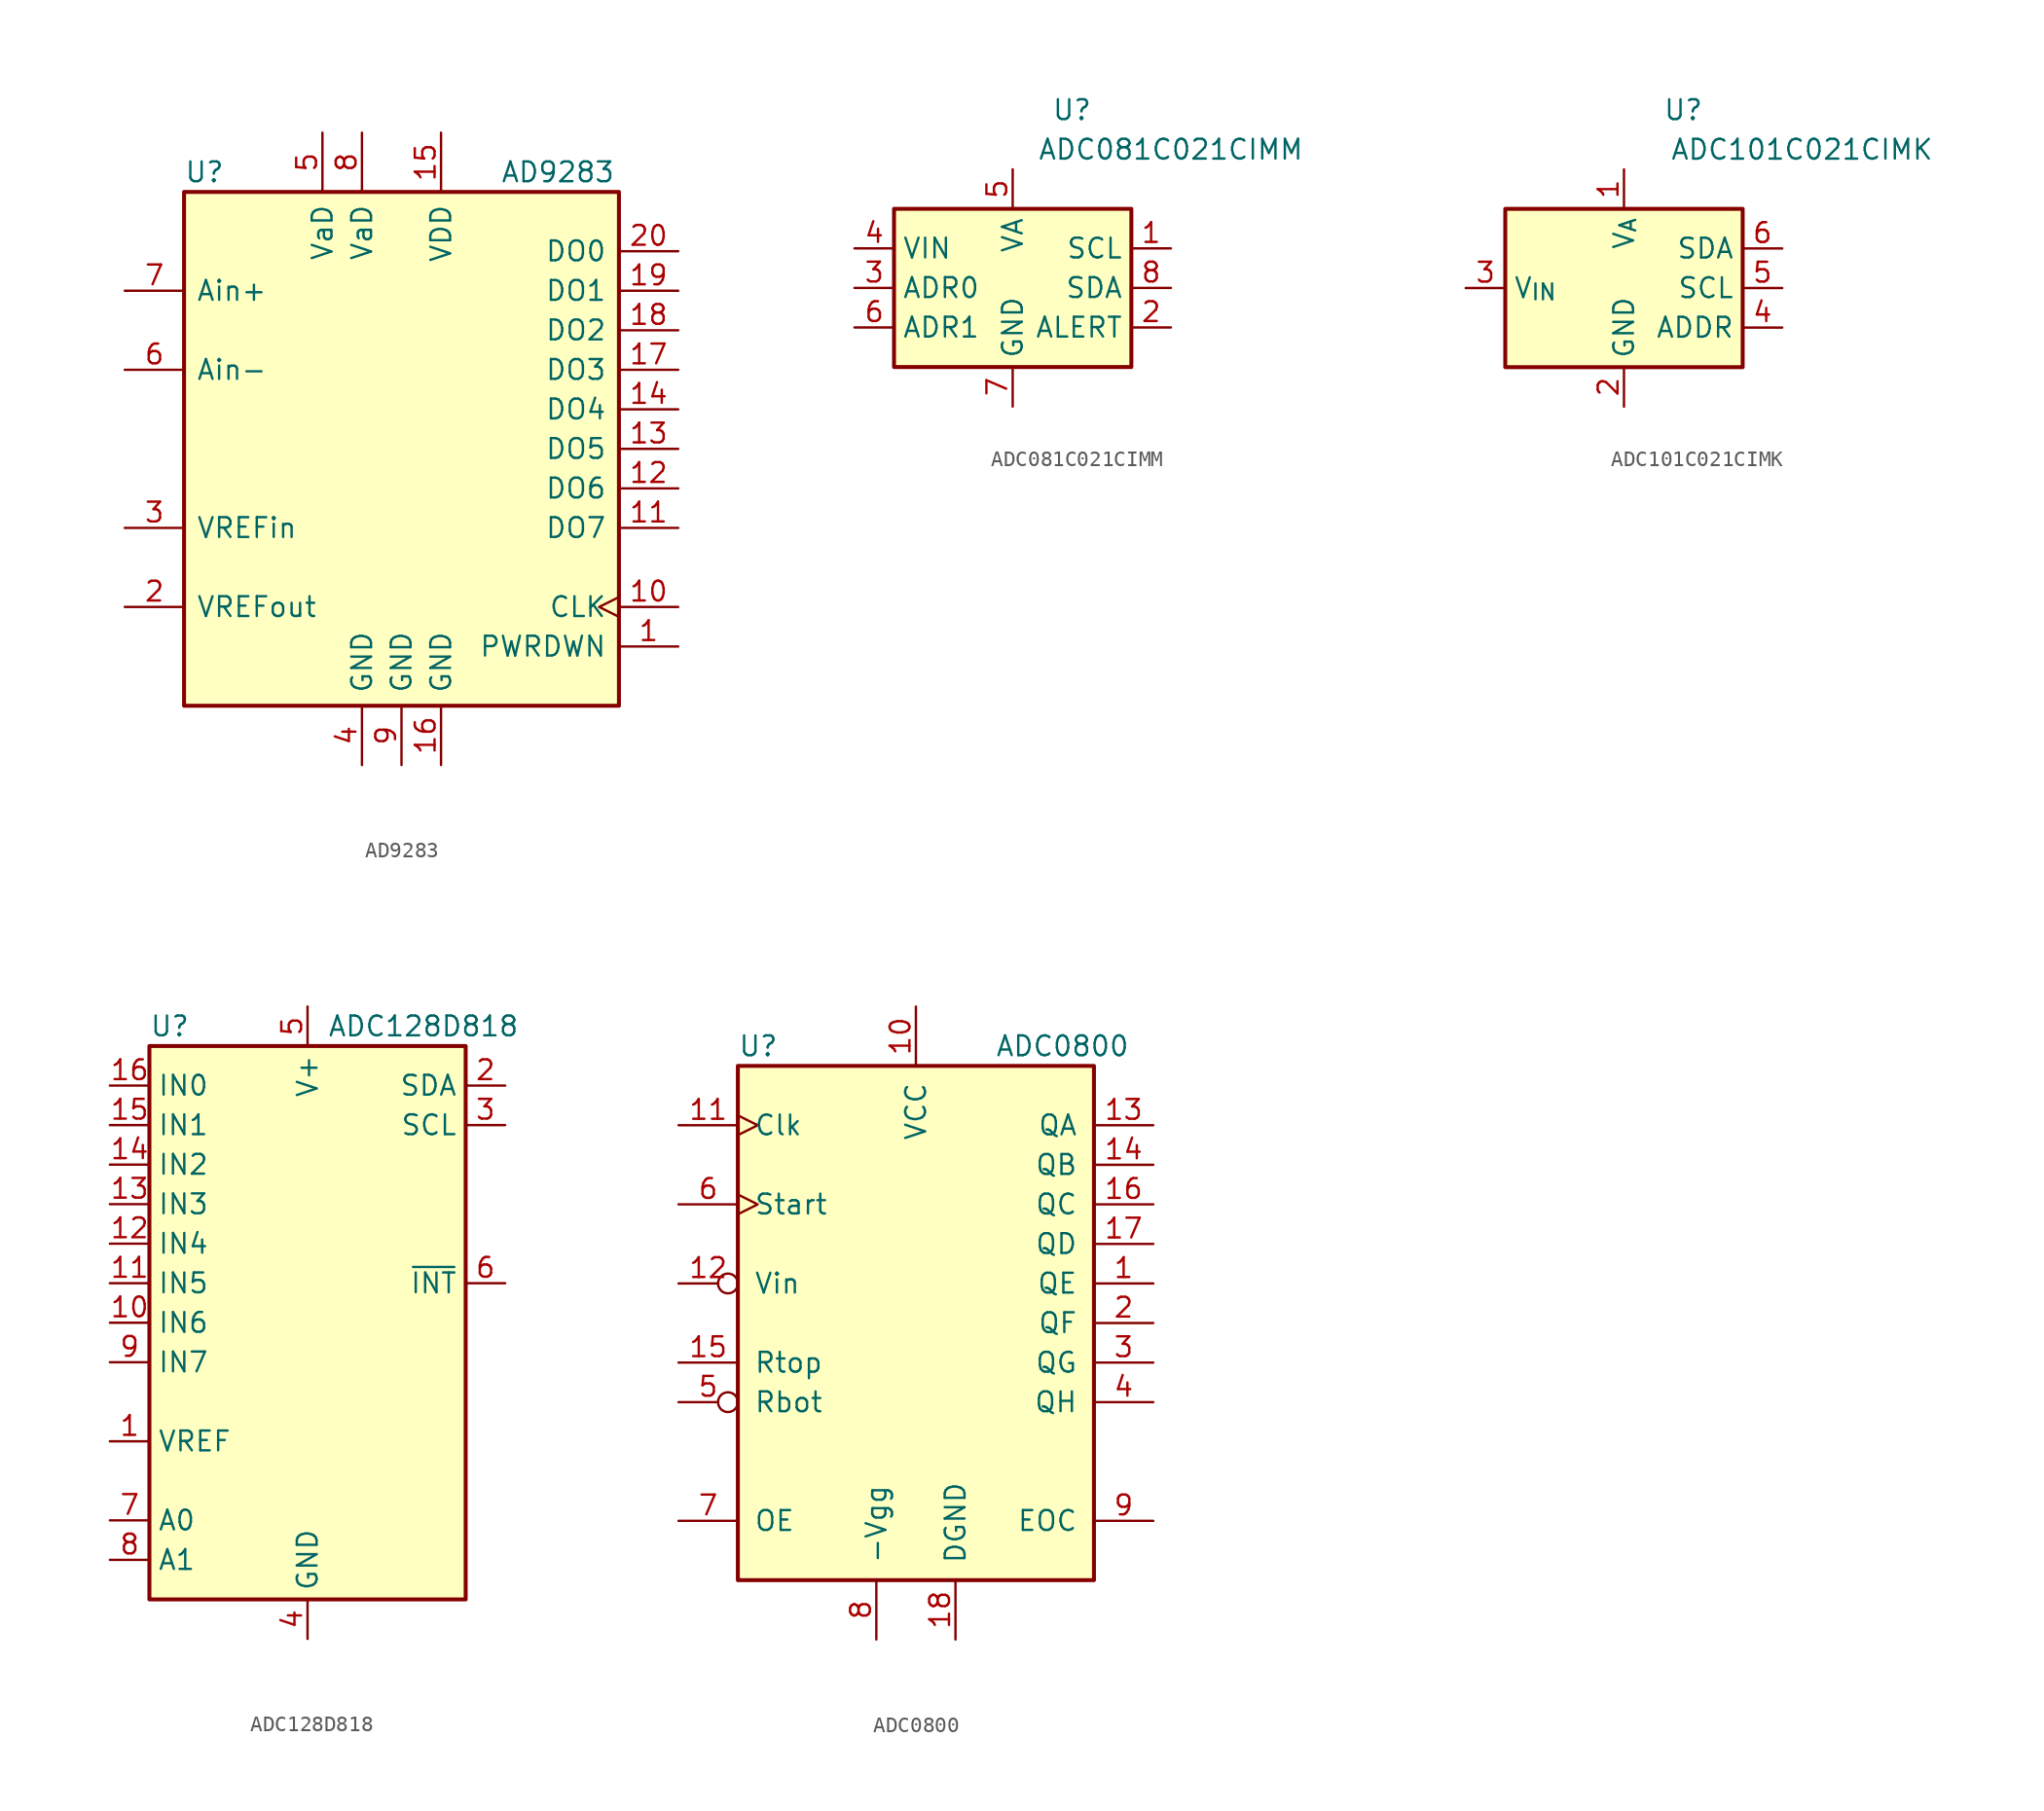
<source format=kicad_sym>
(kicad_symbol_lib
  (version 20201005)
  (generator kicad_symbol_editor)
  (symbol "Analog_ADC:AD9283"
    (pin_names
      (offset 0.762))
    (property "Reference" "U"
      (at -13.97 17.78 0)
      (effects (font (size 1.27 1.27)) (justify left)))
    (property "Value" "AD9283"
      (at 6.35 17.78 0)
      (effects (font (size 1.27 1.27)) (justify left)))
    (symbol "AD9283_0_1"
      (rectangle (start -13.97 16.51) (end 13.97 -16.51) (stroke (width 0.254)) (fill (type background))))
    (symbol "AD9283_1_1"
      (pin input line (at 17.78 -12.7 180) (length 3.81) (name "PWRDWN" (effects (font (size 1.27 1.27)))) (number "1" (effects (font (size 1.27 1.27)))))
      (pin input clock (at 17.78 -10.16 180) (length 3.81) (name "CLK" (effects (font (size 1.27 1.27)))) (number "10" (effects (font (size 1.27 1.27)))))
      (pin output line (at 17.78 -5.08 180) (length 3.81) (name "DO7" (effects (font (size 1.27 1.27)))) (number "11" (effects (font (size 1.27 1.27)))))
      (pin output line (at 17.78 -2.54 180) (length 3.81) (name "DO6" (effects (font (size 1.27 1.27)))) (number "12" (effects (font (size 1.27 1.27)))))
      (pin output line (at 17.78 0 180) (length 3.81) (name "DO5" (effects (font (size 1.27 1.27)))) (number "13" (effects (font (size 1.27 1.27)))))
      (pin output line (at 17.78 2.54 180) (length 3.81) (name "DO4" (effects (font (size 1.27 1.27)))) (number "14" (effects (font (size 1.27 1.27)))))
      (pin power_in line (at 2.54 20.32 270) (length 3.81) (name "VDD" (effects (font (size 1.27 1.27)))) (number "15" (effects (font (size 1.27 1.27)))))
      (pin power_in line (at 2.54 -20.32 90) (length 3.81) (name "GND" (effects (font (size 1.27 1.27)))) (number "16" (effects (font (size 1.27 1.27)))))
      (pin output line (at 17.78 5.08 180) (length 3.81) (name "DO3" (effects (font (size 1.27 1.27)))) (number "17" (effects (font (size 1.27 1.27)))))
      (pin output line (at 17.78 7.62 180) (length 3.81) (name "DO2" (effects (font (size 1.27 1.27)))) (number "18" (effects (font (size 1.27 1.27)))))
      (pin output line (at 17.78 10.16 180) (length 3.81) (name "DO1" (effects (font (size 1.27 1.27)))) (number "19" (effects (font (size 1.27 1.27)))))
      (pin input line (at -17.78 -10.16 0) (length 3.81) (name "VREFout" (effects (font (size 1.27 1.27)))) (number "2" (effects (font (size 1.27 1.27)))))
      (pin output line (at 17.78 12.7 180) (length 3.81) (name "DO0" (effects (font (size 1.27 1.27)))) (number "20" (effects (font (size 1.27 1.27)))))
      (pin input line (at -17.78 -5.08 0) (length 3.81) (name "VREFin" (effects (font (size 1.27 1.27)))) (number "3" (effects (font (size 1.27 1.27)))))
      (pin power_in line (at -2.54 -20.32 90) (length 3.81) (name "GND" (effects (font (size 1.27 1.27)))) (number "4" (effects (font (size 1.27 1.27)))))
      (pin power_in line (at -5.08 20.32 270) (length 3.81) (name "VaD" (effects (font (size 1.27 1.27)))) (number "5" (effects (font (size 1.27 1.27)))))
      (pin input line (at -17.78 5.08 0) (length 3.81) (name "Ain-" (effects (font (size 1.27 1.27)))) (number "6" (effects (font (size 1.27 1.27)))))
      (pin input line (at -17.78 10.16 0) (length 3.81) (name "Ain+" (effects (font (size 1.27 1.27)))) (number "7" (effects (font (size 1.27 1.27)))))
      (pin power_in line (at -2.54 20.32 270) (length 3.81) (name "VaD" (effects (font (size 1.27 1.27)))) (number "8" (effects (font (size 1.27 1.27)))))
      (pin power_in line (at 0 -20.32 90) (length 3.81) (name "GND" (effects (font (size 1.27 1.27)))) (number "9" (effects (font (size 1.27 1.27)))))))
  (symbol "Analog_ADC:ADC081C021CIMM"
    (property "Reference" "U"
      (at 3.81 11.43 0)
      (effects (font (size 1.27 1.27))))
    (property "Value" "ADC081C021CIMM"
      (at 10.16 8.89 0)
      (effects (font (size 1.27 1.27))))
    (symbol "ADC081C021CIMM_0_1"
      (rectangle (start -7.62 5.08) (end 7.62 -5.08) (stroke (width 0.254)) (fill (type background))))
    (symbol "ADC081C021CIMM_1_1"
      (pin input line (at 10.16 2.54 180) (length 2.54) (name "SCL" (effects (font (size 1.27 1.27)))) (number "1" (effects (font (size 1.27 1.27)))))
      (pin open_collector line (at 10.16 -2.54 180) (length 2.54) (name "ALERT" (effects (font (size 1.27 1.27)))) (number "2" (effects (font (size 1.27 1.27)))))
      (pin input line (at -10.16 0 0) (length 2.54) (name "ADR0" (effects (font (size 1.27 1.27)))) (number "3" (effects (font (size 1.27 1.27)))))
      (pin input line (at -10.16 2.54 0) (length 2.54) (name "VIN" (effects (font (size 1.27 1.27)))) (number "4" (effects (font (size 1.27 1.27)))))
      (pin power_in line (at 0 7.62 270) (length 2.54) (name "VA" (effects (font (size 1.27 1.27)))) (number "5" (effects (font (size 1.27 1.27)))))
      (pin input line (at -10.16 -2.54 0) (length 2.54) (name "ADR1" (effects (font (size 1.27 1.27)))) (number "6" (effects (font (size 1.27 1.27)))))
      (pin power_in line (at 0 -7.62 90) (length 2.54) (name "GND" (effects (font (size 1.27 1.27)))) (number "7" (effects (font (size 1.27 1.27)))))
      (pin bidirectional line (at 10.16 0 180) (length 2.54) (name "SDA" (effects (font (size 1.27 1.27)))) (number "8" (effects (font (size 1.27 1.27)))))))
  (symbol "Analog_ADC:ADC101C021CIMK"
    (property "Reference" "U"
      (at 3.81 11.43 0)
      (effects (font (size 1.27 1.27))))
    (property "Value" "ADC101C021CIMK"
      (at 11.43 8.89 0)
      (effects (font (size 1.27 1.27))))
    (symbol "ADC101C021CIMK_0_1"
      (rectangle (start -7.62 5.08) (end 7.62 -5.08) (stroke (width 0.254)) (fill (type background))))
    (symbol "ADC101C021CIMK_1_1"
      (pin power_in line (at 0 7.62 270) (length 2.54) (name "V_{A}" (effects (font (size 1.27 1.27)))) (number "1" (effects (font (size 1.27 1.27)))))
      (pin power_in line (at 0 -7.62 90) (length 2.54) (name "GND" (effects (font (size 1.27 1.27)))) (number "2" (effects (font (size 1.27 1.27)))))
      (pin input line (at -10.16 0 0) (length 2.54) (name "V_{IN}" (effects (font (size 1.27 1.27)))) (number "3" (effects (font (size 1.27 1.27)))))
      (pin input line (at 10.16 -2.54 180) (length 2.54) (name "ADDR" (effects (font (size 1.27 1.27)))) (number "4" (effects (font (size 1.27 1.27)))))
      (pin input line (at 10.16 0 180) (length 2.54) (name "SCL" (effects (font (size 1.27 1.27)))) (number "5" (effects (font (size 1.27 1.27)))))
      (pin bidirectional line (at 10.16 2.54 180) (length 2.54) (name "SDA" (effects (font (size 1.27 1.27)))) (number "6" (effects (font (size 1.27 1.27)))))))
  (symbol "Analog_ADC:ADC128D818"
    (property "Reference" "U"
      (at -10.16 19.05 0)
      (effects (font (size 1.27 1.27)) (justify left)))
    (property "Value" "ADC128D818"
      (at 1.27 19.05 0)
      (effects (font (size 1.27 1.27)) (justify left)))
    (symbol "ADC128D818_0_1"
      (rectangle (start -10.16 17.78) (end 10.16 -17.78) (stroke (width 0.254)) (fill (type background))))
    (symbol "ADC128D818_1_1"
      (pin input line (at -12.7 -7.62 0) (length 2.54) (name "VREF" (effects (font (size 1.27 1.27)))) (number "1" (effects (font (size 1.27 1.27)))))
      (pin input line (at -12.7 0 0) (length 2.54) (name "IN6" (effects (font (size 1.27 1.27)))) (number "10" (effects (font (size 1.27 1.27)))))
      (pin input line (at -12.7 2.54 0) (length 2.54) (name "IN5" (effects (font (size 1.27 1.27)))) (number "11" (effects (font (size 1.27 1.27)))))
      (pin input line (at -12.7 5.08 0) (length 2.54) (name "IN4" (effects (font (size 1.27 1.27)))) (number "12" (effects (font (size 1.27 1.27)))))
      (pin input line (at -12.7 7.62 0) (length 2.54) (name "IN3" (effects (font (size 1.27 1.27)))) (number "13" (effects (font (size 1.27 1.27)))))
      (pin input line (at -12.7 10.16 0) (length 2.54) (name "IN2" (effects (font (size 1.27 1.27)))) (number "14" (effects (font (size 1.27 1.27)))))
      (pin input line (at -12.7 12.7 0) (length 2.54) (name "IN1" (effects (font (size 1.27 1.27)))) (number "15" (effects (font (size 1.27 1.27)))))
      (pin input line (at -12.7 15.24 0) (length 2.54) (name "IN0" (effects (font (size 1.27 1.27)))) (number "16" (effects (font (size 1.27 1.27)))))
      (pin bidirectional line (at 12.7 15.24 180) (length 2.54) (name "SDA" (effects (font (size 1.27 1.27)))) (number "2" (effects (font (size 1.27 1.27)))))
      (pin input line (at 12.7 12.7 180) (length 2.54) (name "SCL" (effects (font (size 1.27 1.27)))) (number "3" (effects (font (size 1.27 1.27)))))
      (pin power_in line (at 0 -20.32 90) (length 2.54) (name "GND" (effects (font (size 1.27 1.27)))) (number "4" (effects (font (size 1.27 1.27)))))
      (pin power_in line (at 0 20.32 270) (length 2.54) (name "V+" (effects (font (size 1.27 1.27)))) (number "5" (effects (font (size 1.27 1.27)))))
      (pin output line (at 12.7 2.54 180) (length 2.54) (name "~INT" (effects (font (size 1.27 1.27)))) (number "6" (effects (font (size 1.27 1.27)))))
      (pin input line (at -12.7 -12.7 0) (length 2.54) (name "A0" (effects (font (size 1.27 1.27)))) (number "7" (effects (font (size 1.27 1.27)))))
      (pin input line (at -12.7 -15.24 0) (length 2.54) (name "A1" (effects (font (size 1.27 1.27)))) (number "8" (effects (font (size 1.27 1.27)))))
      (pin input line (at -12.7 -2.54 0) (length 2.54) (name "IN7" (effects (font (size 1.27 1.27)))) (number "9" (effects (font (size 1.27 1.27)))))))
  (symbol "Analog_ADC:ADC0800"
    (pin_names
      (offset 1.016))
    (property "Reference" "U"
      (at -11.43 17.78 0)
      (effects (font (size 1.27 1.27)) (justify left)))
    (property "Value" "ADC0800"
      (at 5.08 17.78 0)
      (effects (font (size 1.27 1.27)) (justify left)))
    (symbol "ADC0800_0_1"
      (rectangle (start -11.43 -16.51) (end 11.43 16.51) (stroke (width 0.254)) (fill (type background))))
    (symbol "ADC0800_1_1"
      (pin tri_state line (at 15.24 2.54 180) (length 3.81) (name "QE" (effects (font (size 1.27 1.27)))) (number "1" (effects (font (size 1.27 1.27)))))
      (pin power_in line (at 0 20.32 270) (length 3.81) (name "VCC" (effects (font (size 1.27 1.27)))) (number "10" (effects (font (size 1.27 1.27)))))
      (pin input clock (at -15.24 12.7 0) (length 3.81) (name "Clk" (effects (font (size 1.27 1.27)))) (number "11" (effects (font (size 1.27 1.27)))))
      (pin input inverted (at -15.24 2.54 0) (length 3.81) (name "Vin" (effects (font (size 1.27 1.27)))) (number "12" (effects (font (size 1.27 1.27)))))
      (pin tri_state line (at 15.24 12.7 180) (length 3.81) (name "QA" (effects (font (size 1.27 1.27)))) (number "13" (effects (font (size 1.27 1.27)))))
      (pin tri_state line (at 15.24 10.16 180) (length 3.81) (name "QB" (effects (font (size 1.27 1.27)))) (number "14" (effects (font (size 1.27 1.27)))))
      (pin input line (at -15.24 -2.54 0) (length 3.81) (name "Rtop" (effects (font (size 1.27 1.27)))) (number "15" (effects (font (size 1.27 1.27)))))
      (pin tri_state line (at 15.24 7.62 180) (length 3.81) (name "QC" (effects (font (size 1.27 1.27)))) (number "16" (effects (font (size 1.27 1.27)))))
      (pin tri_state line (at 15.24 5.08 180) (length 3.81) (name "QD" (effects (font (size 1.27 1.27)))) (number "17" (effects (font (size 1.27 1.27)))))
      (pin power_in line (at 2.54 -20.32 90) (length 3.81) (name "DGND" (effects (font (size 1.27 1.27)))) (number "18" (effects (font (size 1.27 1.27)))))
      (pin tri_state line (at 15.24 0 180) (length 3.81) (name "QF" (effects (font (size 1.27 1.27)))) (number "2" (effects (font (size 1.27 1.27)))))
      (pin tri_state line (at 15.24 -2.54 180) (length 3.81) (name "QG" (effects (font (size 1.27 1.27)))) (number "3" (effects (font (size 1.27 1.27)))))
      (pin tri_state line (at 15.24 -5.08 180) (length 3.81) (name "QH" (effects (font (size 1.27 1.27)))) (number "4" (effects (font (size 1.27 1.27)))))
      (pin input inverted (at -15.24 -5.08 0) (length 3.81) (name "Rbot" (effects (font (size 1.27 1.27)))) (number "5" (effects (font (size 1.27 1.27)))))
      (pin input clock (at -15.24 7.62 0) (length 3.81) (name "Start" (effects (font (size 1.27 1.27)))) (number "6" (effects (font (size 1.27 1.27)))))
      (pin input line (at -15.24 -12.7 0) (length 3.81) (name "OE" (effects (font (size 1.27 1.27)))) (number "7" (effects (font (size 1.27 1.27)))))
      (pin power_in line (at -2.54 -20.32 90) (length 3.81) (name "-Vgg" (effects (font (size 1.27 1.27)))) (number "8" (effects (font (size 1.27 1.27)))))
      (pin output line (at 15.24 -12.7 180) (length 3.81) (name "EOC" (effects (font (size 1.27 1.27)))) (number "9" (effects (font (size 1.27 1.27))))))))
</source>
